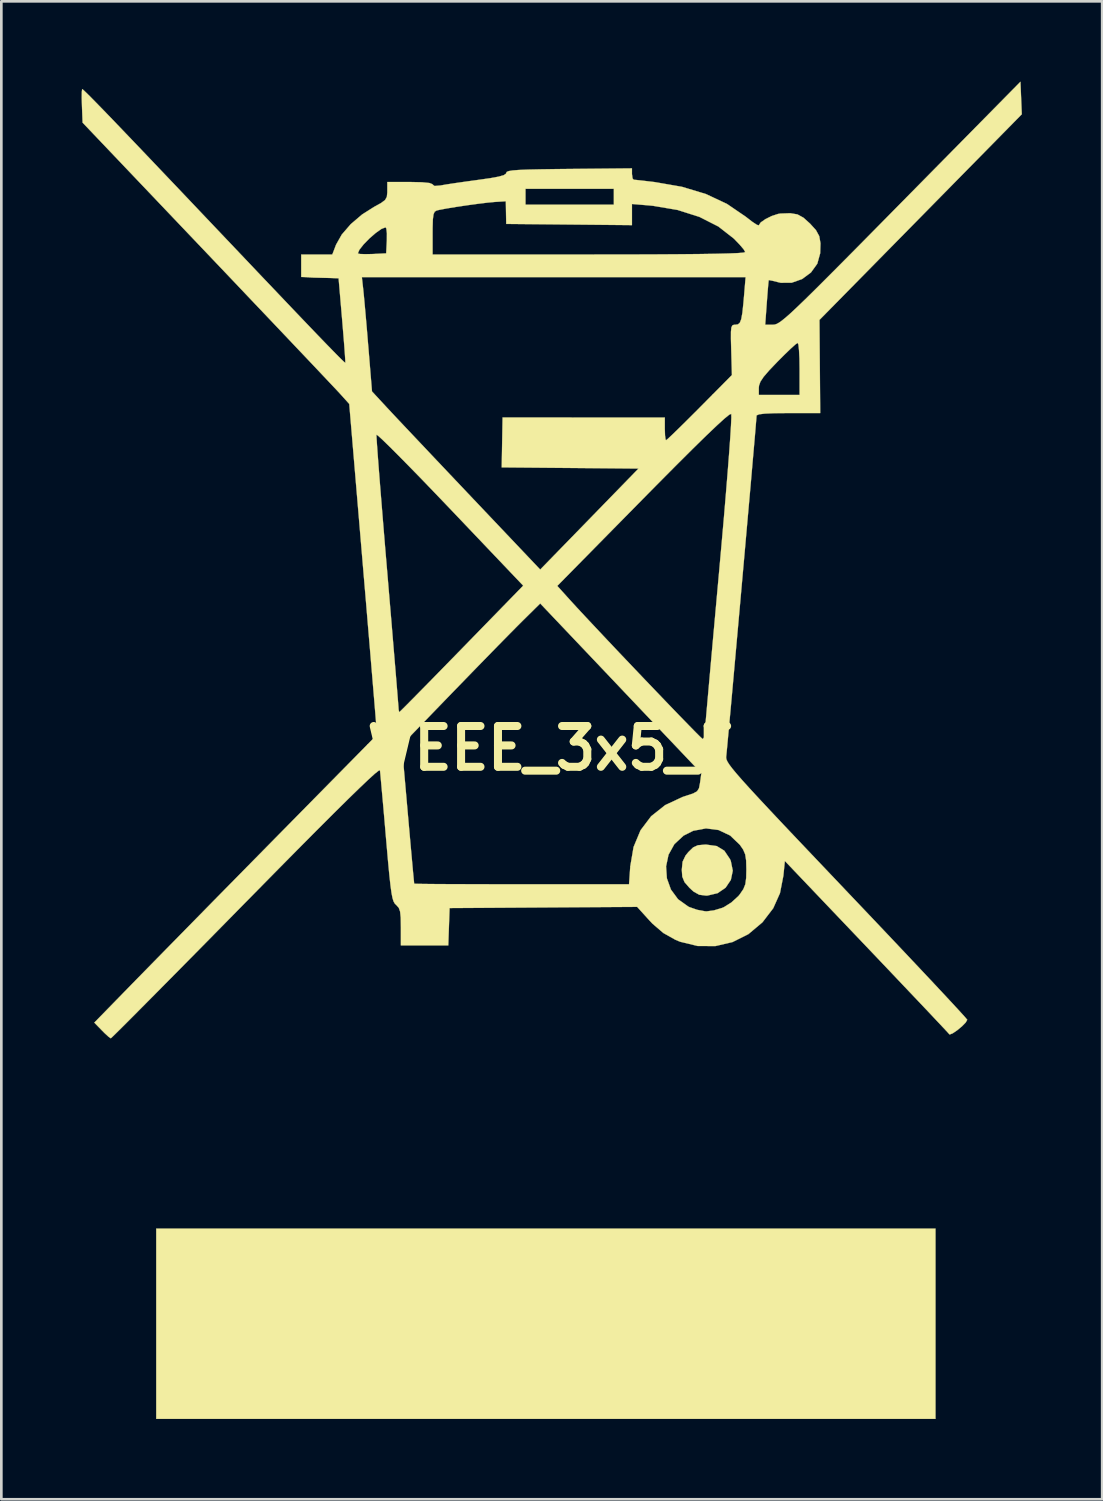
<source format=kicad_pcb>
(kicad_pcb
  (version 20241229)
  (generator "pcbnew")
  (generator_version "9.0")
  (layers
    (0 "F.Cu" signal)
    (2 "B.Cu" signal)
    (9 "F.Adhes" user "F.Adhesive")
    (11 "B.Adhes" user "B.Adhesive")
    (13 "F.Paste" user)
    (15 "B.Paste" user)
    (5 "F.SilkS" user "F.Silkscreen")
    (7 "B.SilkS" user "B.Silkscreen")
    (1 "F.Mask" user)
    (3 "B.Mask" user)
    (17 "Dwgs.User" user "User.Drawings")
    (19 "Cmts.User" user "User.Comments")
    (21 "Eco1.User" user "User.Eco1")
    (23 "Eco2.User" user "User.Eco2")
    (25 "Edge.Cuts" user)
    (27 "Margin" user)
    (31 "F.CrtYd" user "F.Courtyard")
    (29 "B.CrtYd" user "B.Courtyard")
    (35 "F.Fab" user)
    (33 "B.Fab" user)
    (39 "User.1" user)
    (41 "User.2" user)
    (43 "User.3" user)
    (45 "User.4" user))
  (footprint "WEEE_3x5_F"
    (layer "F.Cu")
    (at 17.521 24.919)
    (property "Reference" "WEEE_3x5_F" (at 0 0 0) (layer "F.SilkS") (effects (font (size 1.524 1.524) (thickness 0.3))))
    (attr through_hole)
    (fp_poly (pts (xy 14.393 25.061) (xy -14.732 25.061) (xy -14.732 17.949) (xy 14.393 17.949) (xy 14.393 25.061)) (stroke (width 0.01) (type solid)) (fill yes) (layer "F.SilkS"))
    (fp_poly (pts (xy 6.216 3.652) (xy 6.501 3.826) (xy 6.712 4.141) (xy 6.742 4.207) (xy 6.816 4.573) (xy 6.744 4.917) (xy 6.548 5.208) (xy 6.249 5.413) (xy 5.871 5.502) (xy 5.815 5.503) (xy 5.563 5.472) (xy 5.35 5.353) (xy 5.199 5.215) (xy 5.013 5.001) (xy 4.929 4.797) (xy 4.911 4.539) (xy 4.94 4.239) (xy 5.052 4.005) (xy 5.158 3.875) (xy 5.335 3.703) (xy 5.51 3.622) (xy 5.762 3.599) (xy 5.826 3.598) (xy 6.216 3.652)) (stroke (width 0.01) (type solid)) (fill yes) (layer "F.SilkS"))
    (fp_poly (pts (xy 17.593 -24.306) (xy 17.618 -23.699) (xy 13.837 -19.855) (xy 10.056 -16.012) (xy 10.07 -14.271) (xy 10.084 -12.531) (xy 8.894 -12.531) (xy 8.378 -12.526) (xy 8.018 -12.511) (xy 7.799 -12.484) (xy 7.709 -12.445) (xy 7.705 -12.432) (xy 7.697 -12.327) (xy 7.676 -12.07) (xy 7.643 -11.676) (xy 7.598 -11.162) (xy 7.544 -10.545) (xy 7.483 -9.839) (xy 7.414 -9.062) (xy 7.34 -8.229) (xy 7.263 -7.356) (xy 7.183 -6.46) (xy 7.103 -5.557) (xy 7.023 -4.664) (xy 6.945 -3.795) (xy 6.871 -2.968) (xy 6.802 -2.198) (xy 6.739 -1.501) (xy 6.683 -0.895) (xy 6.637 -0.394) (xy 6.602 -0.015) (xy 6.579 0.225) (xy 6.57 0.306) (xy 6.569 0.36) (xy 6.584 0.424) (xy 6.623 0.507) (xy 6.693 0.616) (xy 6.803 0.761) (xy 6.96 0.95) (xy 7.17 1.191) (xy 7.443 1.493) (xy 7.785 1.864) (xy 8.204 2.313) (xy 8.707 2.848) (xy 9.303 3.477) (xy 9.998 4.209) (xy 10.8 5.053) (xy 11.056 5.323) (xy 11.772 6.076) (xy 12.453 6.794) (xy 13.09 7.468) (xy 13.674 8.087) (xy 14.197 8.643) (xy 14.649 9.126) (xy 15.022 9.527) (xy 15.307 9.836) (xy 15.494 10.043) (xy 15.576 10.14) (xy 15.579 10.145) (xy 15.522 10.246) (xy 15.382 10.389) (xy 15.205 10.536) (xy 15.038 10.65) (xy 14.926 10.694) (xy 14.909 10.685) (xy 14.843 10.611) (xy 14.67 10.426) (xy 14.403 10.142) (xy 14.053 9.77) (xy 13.629 9.323) (xy 13.144 8.812) (xy 12.609 8.248) (xy 12.035 7.644) (xy 11.811 7.409) (xy 8.763 4.209) (xy 8.707 4.763) (xy 8.58 5.413) (xy 8.328 5.976) (xy 7.93 6.496) (xy 7.921 6.506) (xy 7.401 6.943) (xy 6.807 7.24) (xy 6.166 7.39) (xy 5.504 7.387) (xy 4.848 7.228) (xy 4.672 7.155) (xy 4.22 6.901) (xy 3.814 6.552) (xy 3.69 6.42) (xy 3.242 5.925) (xy -3.768 5.969) (xy -3.817 7.366) (xy -5.588 7.366) (xy -5.588 6.681) (xy -5.594 6.328) (xy -5.617 6.102) (xy -5.666 5.962) (xy -5.751 5.865) (xy -5.765 5.853) (xy -5.818 5.799) (xy -5.863 5.718) (xy -5.902 5.591) (xy -5.939 5.399) (xy -5.977 5.121) (xy -6.019 4.739) (xy -6.067 4.233) (xy -6.124 3.584) (xy -6.145 3.342) (xy -6.198 2.72) (xy -6.248 2.148) (xy -6.293 1.649) (xy -6.329 1.247) (xy -6.355 0.964) (xy -6.369 0.825) (xy -6.37 0.819) (xy -6.42 0.835) (xy -6.561 0.947) (xy -6.796 1.16) (xy -7.128 1.476) (xy -7.561 1.897) (xy -8.096 2.426) (xy -8.737 3.067) (xy -9.486 3.821) (xy -10.346 4.692) (xy -11.321 5.683) (xy -11.388 5.75) (xy -12.147 6.523) (xy -12.872 7.26) (xy -13.555 7.952) (xy -14.186 8.591) (xy -14.757 9.168) (xy -15.259 9.674) (xy -15.682 10.1) (xy -16.02 10.438) (xy -16.262 10.677) (xy -16.4 10.811) (xy -16.43 10.837) (xy -16.511 10.782) (xy -16.665 10.641) (xy -16.761 10.544) (xy -17.046 10.251) (xy -15.618 8.787) (xy -15.298 8.46) (xy -14.875 8.028) (xy -14.364 7.507) (xy -13.78 6.912) (xy -13.139 6.259) (xy -12.457 5.564) (xy -11.747 4.843) (xy -11.027 4.111) (xy -10.337 3.41) (xy -6.854 -0.127) (xy -5.555 -0.127) (xy -5.328 2.455) (xy -5.271 3.097) (xy -5.219 3.682) (xy -5.173 4.19) (xy -5.136 4.599) (xy -5.108 4.89) (xy -5.093 5.042) (xy -5.09 5.059) (xy -5.006 5.063) (xy -4.769 5.067) (xy -4.396 5.071) (xy -3.903 5.074) (xy -3.307 5.076) (xy -2.625 5.078) (xy -1.872 5.08) (xy -1.07 5.08) (xy 2.939 5.08) (xy 2.985 4.412) (xy 4.323 4.412) (xy 4.353 4.857) (xy 4.504 5.277) (xy 4.771 5.64) (xy 5.153 5.913) (xy 5.197 5.934) (xy 5.488 6.035) (xy 5.778 6.089) (xy 5.842 6.092) (xy 6.112 6.056) (xy 6.414 5.965) (xy 6.487 5.934) (xy 6.763 5.761) (xy 7.022 5.525) (xy 7.079 5.456) (xy 7.211 5.263) (xy 7.285 5.08) (xy 7.317 4.844) (xy 7.324 4.53) (xy 7.316 4.193) (xy 7.281 3.964) (xy 7.203 3.782) (xy 7.079 3.603) (xy 6.718 3.258) (xy 6.286 3.053) (xy 5.815 2.992) (xy 5.338 3.081) (xy 4.979 3.261) (xy 4.633 3.581) (xy 4.415 3.975) (xy 4.323 4.412) (xy 2.985 4.412) (xy 2.985 4.411) (xy 3.108 3.688) (xy 3.369 3.062) (xy 3.764 2.539) (xy 4.289 2.122) (xy 4.941 1.817) (xy 5.066 1.776) (xy 5.335 1.687) (xy 5.483 1.605) (xy 5.554 1.489) (xy 5.591 1.299) (xy 5.594 1.278) (xy 5.642 0.929) (xy 2.631 -2.243) (xy -0.381 -5.415) (xy -1.043 -4.761) (xy -1.27 -4.534) (xy -1.593 -4.207) (xy -1.992 -3.801) (xy -2.446 -3.336) (xy -2.934 -2.835) (xy -3.435 -2.318) (xy -3.631 -2.117) (xy -5.555 -0.127) (xy -6.854 -0.127) (xy -6.483 -0.504) (xy -6.508 -0.866) (xy -6.52 -1.01) (xy -6.544 -1.308) (xy -6.58 -1.746) (xy -6.627 -2.308) (xy -6.683 -2.979) (xy -6.747 -3.746) (xy -6.819 -4.593) (xy -6.895 -5.505) (xy -6.977 -6.468) (xy -7.026 -7.05) (xy -7.421 -11.724) (xy -6.502 -11.724) (xy -6.499 -11.625) (xy -6.483 -11.372) (xy -6.455 -10.98) (xy -6.416 -10.464) (xy -6.367 -9.84) (xy -6.309 -9.122) (xy -6.244 -8.325) (xy -6.173 -7.464) (xy -6.099 -6.593) (xy -6.023 -5.685) (xy -5.95 -4.826) (xy -5.884 -4.031) (xy -5.824 -3.316) (xy -5.772 -2.695) (xy -5.73 -2.184) (xy -5.699 -1.796) (xy -5.679 -1.548) (xy -5.673 -1.455) (xy -5.655 -1.36) (xy -5.646 -1.355) (xy -5.584 -1.413) (xy -5.416 -1.58) (xy -5.155 -1.843) (xy -4.816 -2.187) (xy -4.409 -2.601) (xy -3.949 -3.072) (xy -3.448 -3.585) (xy -3.318 -3.718) (xy -1.026 -6.071) (xy 0.257 -6.071) (xy 0.742 -5.534) (xy 0.991 -5.262) (xy 1.314 -4.915) (xy 1.697 -4.506) (xy 2.124 -4.052) (xy 2.582 -3.567) (xy 3.057 -3.068) (xy 3.533 -2.568) (xy 3.996 -2.084) (xy 4.431 -1.63) (xy 4.825 -1.221) (xy 5.163 -0.874) (xy 5.429 -0.602) (xy 5.61 -0.422) (xy 5.692 -0.348) (xy 5.694 -0.347) (xy 5.749 -0.409) (xy 5.761 -0.487) (xy 5.769 -0.594) (xy 5.791 -0.856) (xy 5.826 -1.259) (xy 5.873 -1.788) (xy 5.93 -2.43) (xy 5.996 -3.171) (xy 6.07 -3.997) (xy 6.151 -4.893) (xy 6.237 -5.847) (xy 6.298 -6.519) (xy 6.396 -7.615) (xy 6.485 -8.627) (xy 6.562 -9.545) (xy 6.628 -10.358) (xy 6.682 -11.056) (xy 6.723 -11.628) (xy 6.75 -12.066) (xy 6.763 -12.357) (xy 6.76 -12.493) (xy 6.757 -12.501) (xy 6.684 -12.47) (xy 6.504 -12.324) (xy 6.216 -12.061) (xy 5.818 -11.682) (xy 5.309 -11.183) (xy 4.688 -10.564) (xy 3.953 -9.824) (xy 3.47 -9.334) (xy 0.257 -6.071) (xy -1.026 -6.071) (xy -1.017 -6.081) (xy -3.747 -8.95) (xy -4.299 -9.527) (xy -4.814 -10.062) (xy -5.282 -10.542) (xy -5.69 -10.956) (xy -6.028 -11.293) (xy -6.283 -11.541) (xy -6.445 -11.688) (xy -6.502 -11.724) (xy -7.421 -11.724) (xy -7.518 -12.872) (xy -7.841 -13.231) (xy -7.949 -13.348) (xy -8.165 -13.577) (xy -8.478 -13.909) (xy -8.879 -14.334) (xy -9.359 -14.84) (xy -9.908 -15.419) (xy -10.516 -16.06) (xy -11.174 -16.752) (xy -11.871 -17.487) (xy -12.6 -18.253) (xy -12.823 -18.488) (xy -17.484 -23.386) (xy -17.508 -24.012) (xy -17.516 -24.313) (xy -17.513 -24.535) (xy -17.501 -24.636) (xy -17.498 -24.638) (xy -17.459 -24.61) (xy -17.364 -24.521) (xy -17.207 -24.367) (xy -16.983 -24.139) (xy -16.686 -23.834) (xy -16.311 -23.445) (xy -15.852 -22.965) (xy -15.302 -22.39) (xy -14.657 -21.712) (xy -13.91 -20.927) (xy -13.056 -20.027) (xy -12.53 -19.473) (xy -11.641 -18.537) (xy -10.862 -17.716) (xy -10.186 -17.006) (xy -9.607 -16.397) (xy -9.118 -15.885) (xy -8.713 -15.462) (xy -8.384 -15.121) (xy -8.126 -14.856) (xy -7.933 -14.659) (xy -7.796 -14.524) (xy -7.711 -14.444) (xy -7.67 -14.413) (xy -7.664 -14.413) (xy -7.666 -14.5) (xy -7.681 -14.73) (xy -7.706 -15.074) (xy -7.741 -15.507) (xy -7.782 -16.002) (xy -7.916 -17.568) (xy -9.119 -17.611) (xy -7.047 -17.611) (xy -6.997 -17.166) (xy -6.974 -16.942) (xy -6.941 -16.584) (xy -6.9 -16.128) (xy -6.855 -15.607) (xy -6.81 -15.057) (xy -6.807 -15.031) (xy -6.668 -13.34) (xy -6.107 -12.734) (xy -5.929 -12.543) (xy -5.649 -12.245) (xy -5.283 -11.857) (xy -4.847 -11.396) (xy -4.356 -10.876) (xy -3.825 -10.315) (xy -3.27 -9.729) (xy -2.963 -9.405) (xy -0.381 -6.682) (xy 1.456 -8.569) (xy 3.292 -10.456) (xy 0.736 -10.479) (xy -1.82 -10.501) (xy -1.787 -12.366) (xy 1.245 -12.365) (xy 4.276 -12.365) (xy 4.276 -11.94) (xy 4.284 -11.697) (xy 4.305 -11.544) (xy 4.322 -11.515) (xy 4.393 -11.572) (xy 4.564 -11.732) (xy 4.816 -11.977) (xy 5.132 -12.289) (xy 5.493 -12.649) (xy 5.576 -12.733) (xy 6.309 -13.472) (xy 7.789 -13.472) (xy 7.789 -13.208) (xy 9.313 -13.208) (xy 9.313 -14.182) (xy 9.308 -14.565) (xy 9.292 -14.877) (xy 9.27 -15.085) (xy 9.244 -15.155) (xy 9.16 -15.098) (xy 8.986 -14.942) (xy 8.747 -14.712) (xy 8.482 -14.446) (xy 8.172 -14.121) (xy 7.967 -13.882) (xy 7.849 -13.704) (xy 7.797 -13.557) (xy 7.789 -13.472) (xy 6.309 -13.472) (xy 6.784 -13.952) (xy 6.758 -14.892) (xy 6.747 -15.301) (xy 6.748 -15.571) (xy 6.764 -15.729) (xy 6.8 -15.806) (xy 6.861 -15.831) (xy 6.915 -15.833) (xy 7.011 -15.847) (xy 7.081 -15.909) (xy 7.133 -16.043) (xy 7.175 -16.276) (xy 7.213 -16.635) (xy 7.241 -16.954) (xy 7.296 -17.611) (xy -7.047 -17.611) (xy -9.119 -17.611) (xy -9.313 -17.618) (xy -9.313 -18.457) (xy -8.151 -18.457) (xy -8.135 -18.499) (xy -7.197 -18.499) (xy -7.12 -18.477) (xy -6.919 -18.468) (xy -6.668 -18.474) (xy -6.138 -18.5) (xy -6.113 -18.986) (xy -6.111 -19.248) (xy -6.112 -19.256) (xy -4.403 -19.256) (xy -4.403 -18.457) (xy 1.439 -18.457) (xy 2.707 -18.458) (xy 3.81 -18.461) (xy 4.752 -18.467) (xy 5.538 -18.474) (xy 6.173 -18.484) (xy 6.66 -18.496) (xy 7.004 -18.51) (xy 7.21 -18.527) (xy 7.281 -18.547) (xy 7.281 -18.547) (xy 7.225 -18.648) (xy 7.075 -18.825) (xy 6.865 -19.043) (xy 6.856 -19.052) (xy 6.278 -19.503) (xy 5.571 -19.862) (xy 4.753 -20.122) (xy 3.841 -20.276) (xy 3.69 -20.291) (xy 3.048 -20.345) (xy 3.048 -19.555) (xy -1.651 -19.6) (xy -1.659 -20.024) (xy -1.666 -20.447) (xy -2.082 -20.421) (xy -2.349 -20.396) (xy -2.708 -20.352) (xy -3.113 -20.297) (xy -3.52 -20.236) (xy -3.88 -20.177) (xy -4.149 -20.126) (xy -4.255 -20.1) (xy -4.325 -20.057) (xy -4.369 -19.957) (xy -4.393 -19.77) (xy -4.402 -19.461) (xy -4.403 -19.256) (xy -6.112 -19.256) (xy -6.131 -19.424) (xy -6.16 -19.473) (xy -6.314 -19.414) (xy -6.529 -19.262) (xy -6.766 -19.056) (xy -6.983 -18.834) (xy -7.14 -18.633) (xy -7.197 -18.499) (xy -8.135 -18.499) (xy -8.011 -18.824) (xy -7.798 -19.202) (xy -7.462 -19.591) (xy -7.039 -19.952) (xy -6.596 -20.233) (xy -6.329 -20.381) (xy -6.179 -20.494) (xy -6.113 -20.611) (xy -6.096 -20.774) (xy -6.096 -20.833) (xy -6.096 -20.913) (xy -0.931 -20.913) (xy -0.931 -20.32) (xy 2.371 -20.32) (xy 2.371 -20.913) (xy -0.931 -20.913) (xy -6.096 -20.913) (xy -6.096 -21.167) (xy -5.249 -21.167) (xy -4.8 -21.157) (xy -4.518 -21.129) (xy -4.405 -21.083) (xy -4.403 -21.073) (xy -4.33 -21.018) (xy -4.111 -21.036) (xy -4.085 -21.041) (xy -3.877 -21.077) (xy -3.547 -21.127) (xy -3.14 -21.185) (xy -2.709 -21.244) (xy -2.247 -21.31) (xy -1.931 -21.368) (xy -1.743 -21.422) (xy -1.66 -21.479) (xy -1.651 -21.508) (xy -1.63 -21.545) (xy -1.556 -21.575) (xy -1.41 -21.599) (xy -1.177 -21.617) (xy -0.837 -21.631) (xy -0.375 -21.641) (xy 0.229 -21.65) (xy 0.699 -21.655) (xy 3.048 -21.677) (xy 3.048 -21.464) (xy 3.07 -21.304) (xy 3.114 -21.251) (xy 3.223 -21.242) (xy 3.457 -21.216) (xy 3.772 -21.179) (xy 3.897 -21.164) (xy 4.918 -20.987) (xy 5.813 -20.717) (xy 6.599 -20.348) (xy 7.297 -19.872) (xy 7.319 -19.855) (xy 7.547 -19.679) (xy 7.714 -19.569) (xy 7.788 -19.545) (xy 7.789 -19.55) (xy 7.861 -19.656) (xy 8.041 -19.782) (xy 8.275 -19.897) (xy 8.508 -19.973) (xy 8.594 -19.987) (xy 8.964 -20) (xy 9.232 -19.956) (xy 9.458 -19.833) (xy 9.705 -19.611) (xy 9.926 -19.367) (xy 10.048 -19.143) (xy 10.094 -18.879) (xy 10.083 -18.513) (xy 10.082 -18.5) (xy 9.975 -18.113) (xy 9.738 -17.785) (xy 9.408 -17.54) (xy 9.02 -17.403) (xy 8.611 -17.4) (xy 8.522 -17.42) (xy 8.306 -17.474) (xy 8.176 -17.499) (xy 8.16 -17.499) (xy 8.149 -17.413) (xy 8.13 -17.197) (xy 8.105 -16.885) (xy 8.088 -16.658) (xy 8.028 -15.833) (xy 8.322 -15.833) (xy 8.382 -15.838) (xy 8.452 -15.86) (xy 8.538 -15.906) (xy 8.649 -15.984) (xy 8.795 -16.102) (xy 8.983 -16.268) (xy 9.221 -16.491) (xy 9.519 -16.778) (xy 9.883 -17.136) (xy 10.324 -17.576) (xy 10.849 -18.103) (xy 11.467 -18.726) (xy 12.186 -19.454) (xy 13.014 -20.294) (xy 13.092 -20.373) (xy 17.568 -24.914) (xy 17.593 -24.306)) (stroke (width 0.01) (type solid)) (fill yes) (layer "F.SilkS")))
  (gr_rect
    (start -3 -3)
    (end 38.144 52.985)
    (stroke (width 0.1) (type default))
    (fill no)
    (layer "Edge.Cuts")))
</source>
